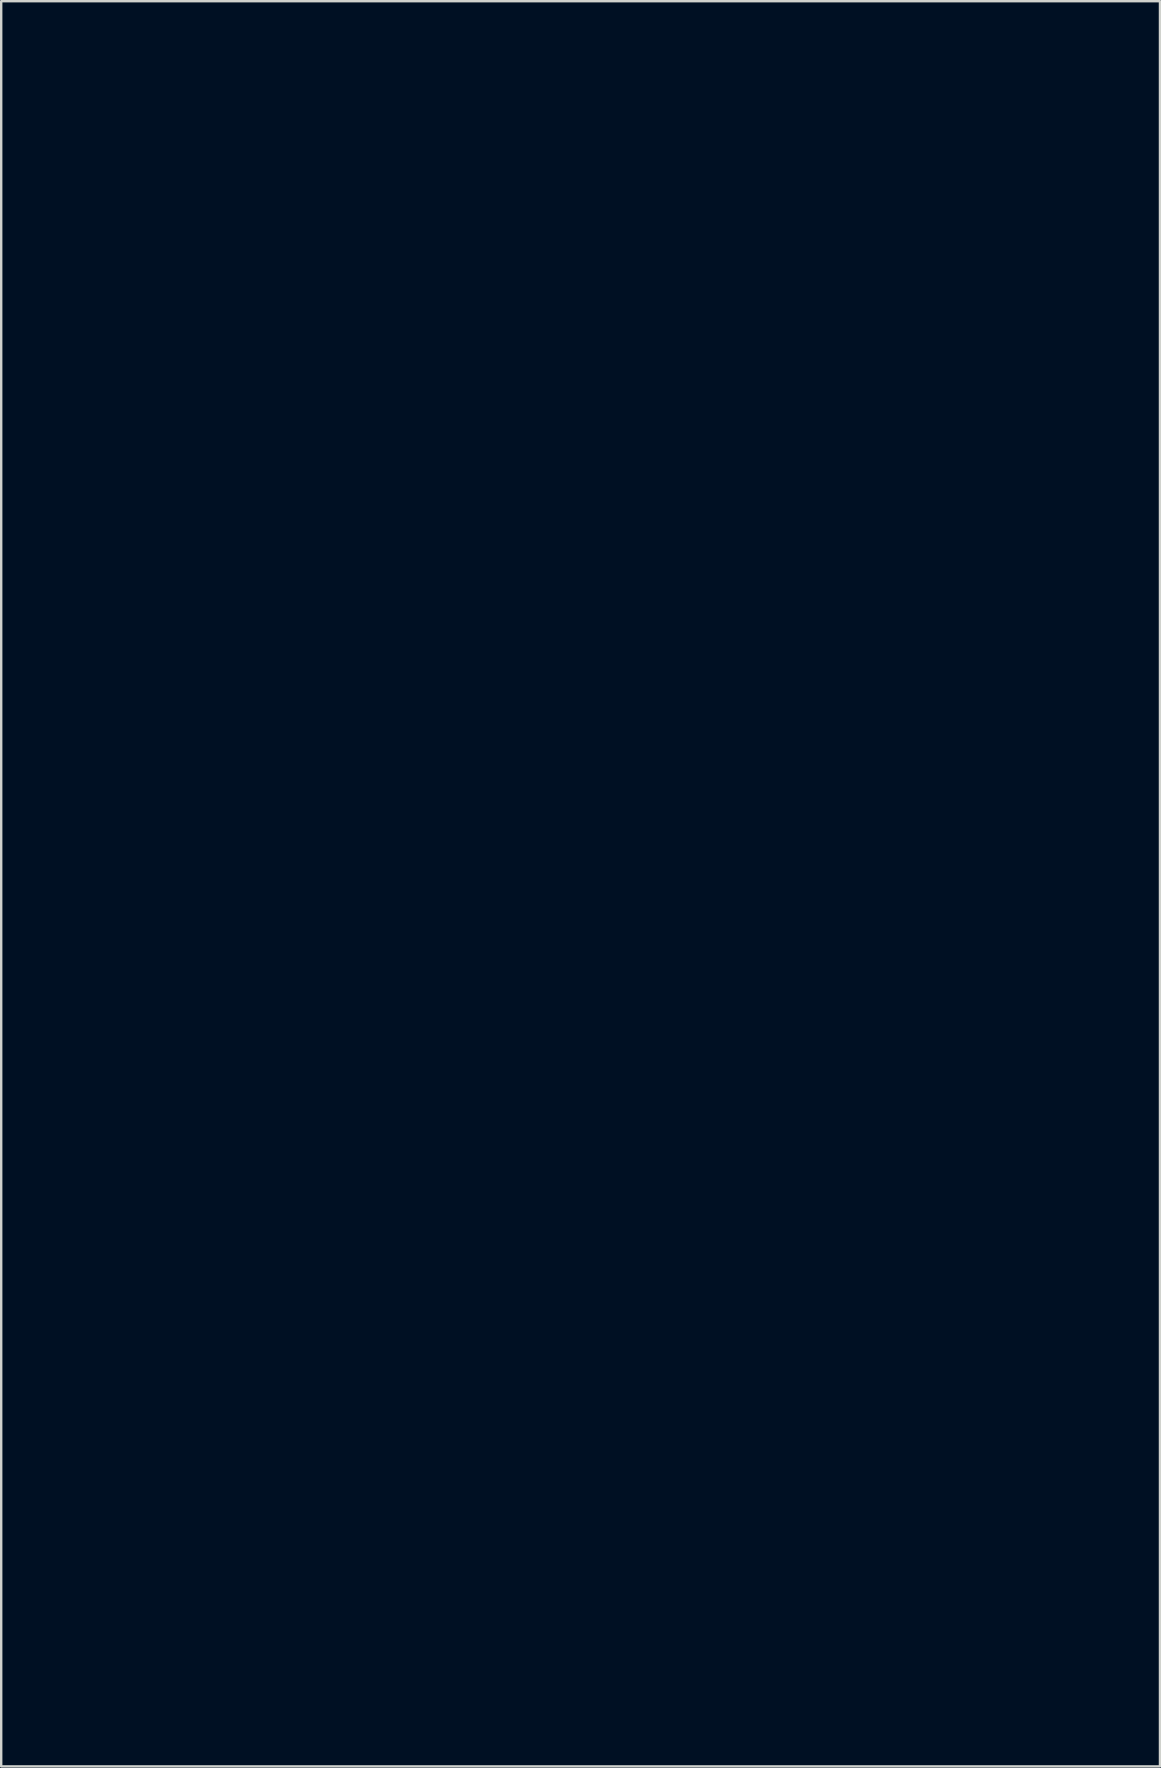
<source format=kicad_pcb>
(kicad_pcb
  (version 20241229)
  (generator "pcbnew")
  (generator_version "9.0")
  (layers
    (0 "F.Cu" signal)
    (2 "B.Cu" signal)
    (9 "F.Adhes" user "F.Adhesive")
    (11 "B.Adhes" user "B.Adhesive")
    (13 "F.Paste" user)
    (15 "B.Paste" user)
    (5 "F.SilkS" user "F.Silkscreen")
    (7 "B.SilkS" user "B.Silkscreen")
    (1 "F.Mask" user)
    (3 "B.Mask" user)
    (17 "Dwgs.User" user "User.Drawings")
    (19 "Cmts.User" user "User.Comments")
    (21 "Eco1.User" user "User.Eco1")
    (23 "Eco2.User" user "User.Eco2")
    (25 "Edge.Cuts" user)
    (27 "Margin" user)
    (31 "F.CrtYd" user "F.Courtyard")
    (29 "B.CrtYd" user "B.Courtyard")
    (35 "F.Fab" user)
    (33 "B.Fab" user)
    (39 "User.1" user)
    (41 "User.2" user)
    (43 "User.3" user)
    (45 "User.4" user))
  (footprint "VoltageGlitcher_F.Mask"
    (layer "F.Cu")
    (at 21.137 33.776)
    (property "Reference" "VoltageGlitcher_F.Mask" (at 0 0 0) (layer "F.Mask") (effects (font (size 1.5 1.5) (thickness 0.3))))
    (attr board_only exclude_from_pos_files exclude_from_bom)
    (fp_poly (pts (xy -14.435 10.84) (xy -14.39 10.864) (xy -14.256 10.937) (xy -14.105 11.017) (xy -13.943 11.1) (xy -13.777 11.184) (xy -13.612 11.265) (xy -13.453 11.342) (xy -13.306 11.411) (xy -13.178 11.47) (xy -13.073 11.516) (xy -12.997 11.546) (xy -12.976 11.553) (xy -12.766 11.615) (xy -12.59 11.667) (xy -12.443 11.712) (xy -12.317 11.752) (xy -12.206 11.789) (xy -12.105 11.825) (xy -12.006 11.861) (xy -11.902 11.901) (xy -11.854 11.919) (xy -11.742 11.965) (xy -11.6 12.023) (xy -11.437 12.092) (xy -11.261 12.167) (xy -11.081 12.244) (xy -10.907 12.321) (xy -10.877 12.334) (xy -10.601 12.455) (xy -10.359 12.561) (xy -10.149 12.653) (xy -9.966 12.732) (xy -9.806 12.801) (xy -9.666 12.86) (xy -9.542 12.912) (xy -9.429 12.957) (xy -9.324 12.999) (xy -9.223 13.037) (xy -9.123 13.074) (xy -9.019 13.112) (xy -8.951 13.136) (xy -8.801 13.19) (xy -8.652 13.244) (xy -8.511 13.296) (xy -8.388 13.342) (xy -8.293 13.378) (xy -8.263 13.39) (xy -8.121 13.441) (xy -8.01 13.468) (xy -7.955 13.473) (xy -7.896 13.477) (xy -7.819 13.49) (xy -7.72 13.513) (xy -7.596 13.548) (xy -7.441 13.594) (xy -7.252 13.654) (xy -7.183 13.676) (xy -6.964 13.743) (xy -6.765 13.796) (xy -6.574 13.835) (xy -6.374 13.865) (xy -6.152 13.887) (xy -6.063 13.895) (xy -5.956 13.904) (xy -5.859 13.917) (xy -5.783 13.929) (xy -5.739 13.941) (xy -5.739 13.941) (xy -5.688 13.957) (xy -5.635 13.951) (xy -5.603 13.94) (xy -5.548 13.925) (xy -5.521 13.929) (xy -5.517 13.937) (xy -5.478 13.991) (xy -5.411 14.02) (xy -5.373 14.024) (xy -5.319 14.029) (xy -5.228 14.042) (xy -5.105 14.063) (xy -4.955 14.09) (xy -4.781 14.124) (xy -4.589 14.163) (xy -4.495 14.183) (xy -4.41 14.2) (xy -4.291 14.223) (xy -4.146 14.249) (xy -3.983 14.278) (xy -3.811 14.308) (xy -3.637 14.338) (xy -3.615 14.342) (xy -3.449 14.371) (xy -3.29 14.398) (xy -3.146 14.425) (xy -3.022 14.448) (xy -2.925 14.467) (xy -2.862 14.48) (xy -2.852 14.483) (xy -2.795 14.496) (xy -2.704 14.514) (xy -2.586 14.538) (xy -2.449 14.564) (xy -2.302 14.591) (xy -2.207 14.608) (xy -2.065 14.634) (xy -1.937 14.658) (xy -1.829 14.678) (xy -1.746 14.694) (xy -1.696 14.705) (xy -1.682 14.709) (xy -1.696 14.725) (xy -1.737 14.768) (xy -1.804 14.836) (xy -1.895 14.927) (xy -2.007 15.039) (xy -2.138 15.17) (xy -2.286 15.317) (xy -2.448 15.477) (xy -2.623 15.65) (xy -2.807 15.831) (xy -2.878 15.901) (xy -3.098 16.118) (xy -3.346 16.362) (xy -3.62 16.631) (xy -3.917 16.923) (xy -4.236 17.237) (xy -4.573 17.568) (xy -4.928 17.917) (xy -5.296 18.279) (xy -5.677 18.654) (xy -6.068 19.038) (xy -6.466 19.429) (xy -6.87 19.826) (xy -7.277 20.227) (xy -7.685 20.628) (xy -8.092 21.027) (xy -8.495 21.423) (xy -8.893 21.814) (xy -9.282 22.196) (xy -9.661 22.568) (xy -10.027 22.928) (xy -10.378 23.273) (xy -10.713 23.602) (xy -11.027 23.911) (xy -11.131 24.013) (xy -11.366 24.243) (xy -11.627 24.5) (xy -11.912 24.78) (xy -12.217 25.079) (xy -12.538 25.394) (xy -12.872 25.722) (xy -13.215 26.059) (xy -13.565 26.403) (xy -13.916 26.748) (xy -14.267 27.093) (xy -14.614 27.434) (xy -14.953 27.766) (xy -15.28 28.088) (xy -15.562 28.365) (xy -15.862 28.659) (xy -16.166 28.959) (xy -16.474 29.261) (xy -16.781 29.563) (xy -17.086 29.862) (xy -17.386 30.156) (xy -17.678 30.443) (xy -17.959 30.719) (xy -18.226 30.982) (xy -18.478 31.229) (xy -18.712 31.458) (xy -18.924 31.666) (xy -19.112 31.851) (xy -19.273 32.009) (xy -19.326 32.061) (xy -19.521 32.253) (xy -19.715 32.443) (xy -19.903 32.627) (xy -20.083 32.804) (xy -20.251 32.969) (xy -20.405 33.119) (xy -20.54 33.253) (xy -20.655 33.365) (xy -20.746 33.454) (xy -20.81 33.517) (xy -20.81 33.517) (xy -20.927 33.63) (xy -21.018 33.714) (xy -21.084 33.768) (xy -21.123 33.792) (xy -21.133 33.793) (xy -21.137 33.775) (xy -21.13 33.734) (xy -21.11 33.665) (xy -21.075 33.565) (xy -21.025 33.431) (xy -20.999 33.364) (xy -20.974 33.301) (xy -20.951 33.241) (xy -20.928 33.182) (xy -20.905 33.125) (xy -20.881 33.065) (xy -20.854 33.002) (xy -20.825 32.934) (xy -20.792 32.858) (xy -20.754 32.774) (xy -20.711 32.679) (xy -20.662 32.571) (xy -20.606 32.448) (xy -20.542 32.31) (xy -20.469 32.153) (xy -20.386 31.976) (xy -20.293 31.778) (xy -20.188 31.555) (xy -20.071 31.308) (xy -19.942 31.033) (xy -19.798 30.729) (xy -19.64 30.394) (xy -19.466 30.027) (xy -19.275 29.624) (xy -19.068 29.186) (xy -19.061 29.171) (xy -18.887 28.803) (xy -18.711 28.431) (xy -18.534 28.057) (xy -18.358 27.685) (xy -18.184 27.318) (xy -18.015 26.96) (xy -17.851 26.613) (xy -17.694 26.281) (xy -17.546 25.968) (xy -17.408 25.675) (xy -17.281 25.408) (xy -17.168 25.169) (xy -17.07 24.961) (xy -16.988 24.787) (xy -16.977 24.764) (xy -16.753 24.291) (xy -16.546 23.853) (xy -16.354 23.448) (xy -16.177 23.073) (xy -16.011 22.726) (xy -15.858 22.405) (xy -15.714 22.105) (xy -15.579 21.826) (xy -15.451 21.563) (xy -15.33 21.315) (xy -15.214 21.079) (xy -15.101 20.852) (xy -14.99 20.631) (xy -14.881 20.414) (xy -14.771 20.198) (xy -14.659 19.981) (xy -14.544 19.759) (xy -14.426 19.531) (xy -14.301 19.293) (xy -14.243 19.182) (xy -14.136 18.976) (xy -14.024 18.762) (xy -13.911 18.545) (xy -13.802 18.334) (xy -13.7 18.134) (xy -13.608 17.955) (xy -13.53 17.802) (xy -13.495 17.731) (xy -13.417 17.576) (xy -13.324 17.393) (xy -13.221 17.192) (xy -13.114 16.982) (xy -13.006 16.774) (xy -12.903 16.576) (xy -12.86 16.492) (xy -12.763 16.306) (xy -12.66 16.109) (xy -12.556 15.909) (xy -12.455 15.715) (xy -12.362 15.536) (xy -12.282 15.382) (xy -12.247 15.313) (xy -12.169 15.164) (xy -12.11 15.048) (xy -12.068 14.962) (xy -12.043 14.9) (xy -12.034 14.858) (xy -12.04 14.832) (xy -12.06 14.816) (xy -12.095 14.807) (xy -12.142 14.8) (xy -12.17 14.796) (xy -12.216 14.788) (xy -12.297 14.772) (xy -12.406 14.749) (xy -12.537 14.72) (xy -12.682 14.689) (xy -12.817 14.659) (xy -12.981 14.622) (xy -13.147 14.585) (xy -13.305 14.55) (xy -13.447 14.519) (xy -13.563 14.493) (xy -13.622 14.48) (xy -13.741 14.453) (xy -13.864 14.422) (xy -13.975 14.392) (xy -14.04 14.373) (xy -14.133 14.347) (xy -14.224 14.329) (xy -14.296 14.321) (xy -14.302 14.321) (xy -14.369 14.316) (xy -14.424 14.306) (xy -14.437 14.3) (xy -14.468 14.29) (xy -14.534 14.272) (xy -14.628 14.249) (xy -14.744 14.222) (xy -14.874 14.193) (xy -14.918 14.183) (xy -15.153 14.131) (xy -15.388 14.078) (xy -15.616 14.026) (xy -15.836 13.975) (xy -16.041 13.927) (xy -16.228 13.882) (xy -16.393 13.842) (xy -16.532 13.807) (xy -16.639 13.779) (xy -16.711 13.758) (xy -16.732 13.751) (xy -16.734 13.742) (xy -16.724 13.72) (xy -16.7 13.682) (xy -16.663 13.628) (xy -16.61 13.554) (xy -16.54 13.46) (xy -16.451 13.343) (xy -16.343 13.202) (xy -16.215 13.036) (xy -16.064 12.842) (xy -15.889 12.618) (xy -15.689 12.363) (xy -15.654 12.319) (xy -15.485 12.103) (xy -15.323 11.897) (xy -15.171 11.702) (xy -15.029 11.521) (xy -14.9 11.356) (xy -14.786 11.21) (xy -14.689 11.087) (xy -14.611 10.987) (xy -14.554 10.913) (xy -14.52 10.869) (xy -14.51 10.857) (xy -14.49 10.833) (xy -14.47 10.827)) (stroke (width 0) (type solid)) (fill yes) (layer "F.Mask"))
    (fp_poly (pts (xy 9.711 -33.77) (xy 9.917 -33.758) (xy 10.123 -33.735) (xy 10.313 -33.705) (xy 10.411 -33.685) (xy 10.511 -33.665) (xy 10.634 -33.645) (xy 10.762 -33.628) (xy 10.834 -33.62) (xy 10.911 -33.611) (xy 11.024 -33.596) (xy 11.165 -33.575) (xy 11.329 -33.551) (xy 11.509 -33.523) (xy 11.699 -33.493) (xy 11.891 -33.461) (xy 11.894 -33.461) (xy 12.088 -33.429) (xy 12.28 -33.398) (xy 12.463 -33.368) (xy 12.631 -33.342) (xy 12.777 -33.32) (xy 12.894 -33.302) (xy 12.976 -33.291) (xy 13.082 -33.277) (xy 13.219 -33.257) (xy 13.373 -33.234) (xy 13.533 -33.21) (xy 13.686 -33.186) (xy 13.85 -33.161) (xy 14.029 -33.134) (xy 14.208 -33.108) (xy 14.373 -33.085) (xy 14.492 -33.069) (xy 14.843 -33.023) (xy 15.186 -32.973) (xy 15.511 -32.921) (xy 15.807 -32.869) (xy 15.87 -32.857) (xy 15.999 -32.835) (xy 16.131 -32.814) (xy 16.252 -32.798) (xy 16.349 -32.787) (xy 16.368 -32.786) (xy 16.456 -32.777) (xy 16.572 -32.762) (xy 16.702 -32.741) (xy 16.834 -32.717) (xy 16.869 -32.71) (xy 17.015 -32.683) (xy 17.18 -32.656) (xy 17.343 -32.632) (xy 17.486 -32.613) (xy 17.495 -32.612) (xy 17.636 -32.595) (xy 17.8 -32.572) (xy 17.965 -32.546) (xy 18.112 -32.52) (xy 18.117 -32.519) (xy 18.249 -32.495) (xy 18.386 -32.475) (xy 18.514 -32.458) (xy 18.618 -32.448) (xy 18.637 -32.446) (xy 18.735 -32.437) (xy 18.86 -32.421) (xy 18.996 -32.4) (xy 19.128 -32.375) (xy 19.145 -32.372) (xy 19.279 -32.346) (xy 19.421 -32.322) (xy 19.555 -32.302) (xy 19.666 -32.288) (xy 19.675 -32.287) (xy 19.77 -32.277) (xy 19.895 -32.262) (xy 20.038 -32.243) (xy 20.188 -32.221) (xy 20.312 -32.203) (xy 20.457 -32.181) (xy 20.605 -32.16) (xy 20.743 -32.14) (xy 20.861 -32.124) (xy 20.937 -32.114) (xy 21.027 -32.102) (xy 21.099 -32.092) (xy 21.145 -32.084) (xy 21.156 -32.082) (xy 21.157 -32.076) (xy 21.151 -32.064) (xy 21.139 -32.043) (xy 21.119 -32.013) (xy 21.09 -31.972) (xy 21.051 -31.919) (xy 21.002 -31.853) (xy 20.941 -31.772) (xy 20.867 -31.676) (xy 20.779 -31.563) (xy 20.677 -31.431) (xy 20.559 -31.279) (xy 20.425 -31.107) (xy 20.272 -30.913) (xy 20.102 -30.696) (xy 19.911 -30.453) (xy 19.701 -30.185) (xy 19.468 -29.89) (xy 19.214 -29.567) (xy 18.935 -29.214) (xy 18.633 -28.83) (xy 18.341 -28.461) (xy 18.139 -28.204) (xy 17.93 -27.939) (xy 17.718 -27.67) (xy 17.506 -27.401) (xy 17.298 -27.137) (xy 17.097 -26.881) (xy 16.906 -26.637) (xy 16.728 -26.411) (xy 16.567 -26.206) (xy 16.427 -26.027) (xy 16.326 -25.898) (xy 16.16 -25.686) (xy 15.977 -25.452) (xy 15.781 -25.204) (xy 15.582 -24.95) (xy 15.384 -24.699) (xy 15.195 -24.46) (xy 15.021 -24.24) (xy 14.925 -24.118) (xy 14.765 -23.918) (xy 14.602 -23.711) (xy 14.432 -23.496) (xy 14.256 -23.272) (xy 14.07 -23.037) (xy 13.875 -22.789) (xy 13.667 -22.525) (xy 13.447 -22.245) (xy 13.213 -21.946) (xy 12.962 -21.626) (xy 12.694 -21.284) (xy 12.407 -20.918) (xy 12.1 -20.526) (xy 11.772 -20.106) (xy 11.42 -19.656) (xy 11.044 -19.175) (xy 11.025 -19.151) (xy 10.739 -18.785) (xy 10.477 -18.449) (xy 10.236 -18.141) (xy 10.014 -17.858) (xy 9.81 -17.597) (xy 9.62 -17.355) (xy 9.444 -17.129) (xy 9.277 -16.917) (xy 9.118 -16.715) (xy 8.966 -16.521) (xy 8.816 -16.331) (xy 8.669 -16.143) (xy 8.52 -15.955) (xy 8.368 -15.762) (xy 8.21 -15.563) (xy 8.045 -15.354) (xy 7.87 -15.133) (xy 7.683 -14.896) (xy 7.537 -14.713) (xy 7.359 -14.487) (xy 7.172 -14.25) (xy 6.98 -14.006) (xy 6.788 -13.762) (xy 6.6 -13.522) (xy 6.42 -13.293) (xy 6.253 -13.08) (xy 6.103 -12.887) (xy 5.974 -12.722) (xy 5.957 -12.7) (xy 5.811 -12.512) (xy 5.655 -12.311) (xy 5.495 -12.106) (xy 5.337 -11.903) (xy 5.185 -11.709) (xy 5.046 -11.531) (xy 4.924 -11.377) (xy 4.883 -11.325) (xy 4.775 -11.188) (xy 4.674 -11.057) (xy 4.584 -10.939) (xy 4.507 -10.837) (xy 4.447 -10.756) (xy 4.409 -10.701) (xy 4.396 -10.679) (xy 4.363 -10.568) (xy 4.362 -10.443) (xy 4.392 -10.316) (xy 4.408 -10.279) (xy 4.441 -10.217) (xy 4.472 -10.173) (xy 4.489 -10.159) (xy 4.518 -10.143) (xy 4.575 -10.109) (xy 4.649 -10.063) (xy 4.715 -10.021) (xy 4.84 -9.943) (xy 4.944 -9.889) (xy 5.038 -9.853) (xy 5.134 -9.832) (xy 5.243 -9.822) (xy 5.279 -9.82) (xy 5.409 -9.808) (xy 5.553 -9.784) (xy 5.661 -9.759) (xy 5.738 -9.741) (xy 5.849 -9.718) (xy 5.985 -9.692) (xy 6.138 -9.665) (xy 6.3 -9.638) (xy 6.424 -9.618) (xy 6.58 -9.593) (xy 6.727 -9.569) (xy 6.858 -9.546) (xy 6.967 -9.526) (xy 7.048 -9.51) (xy 7.089 -9.5) (xy 7.153 -9.485) (xy 7.245 -9.467) (xy 7.353 -9.449) (xy 7.439 -9.436) (xy 7.552 -9.419) (xy 7.69 -9.396) (xy 7.839 -9.368) (xy 7.984 -9.34) (xy 8.025 -9.331) (xy 8.123 -9.312) (xy 8.255 -9.288) (xy 8.416 -9.259) (xy 8.598 -9.227) (xy 8.795 -9.194) (xy 8.999 -9.16) (xy 9.204 -9.126) (xy 9.244 -9.12) (xy 9.518 -9.075) (xy 9.752 -9.036) (xy 9.946 -9.001) (xy 10.103 -8.97) (xy 10.223 -8.943) (xy 10.31 -8.919) (xy 10.363 -8.899) (xy 10.385 -8.882) (xy 10.385 -8.875) (xy 10.368 -8.854) (xy 10.324 -8.805) (xy 10.253 -8.729) (xy 10.159 -8.628) (xy 10.042 -8.505) (xy 9.905 -8.361) (xy 9.75 -8.198) (xy 9.577 -8.018) (xy 9.39 -7.822) (xy 9.189 -7.614) (xy 9.185 -7.61) (xy 8.709 -7.117) (xy 8.642 -7.159) (xy 8.573 -7.195) (xy 8.467 -7.241) (xy 8.33 -7.296) (xy 8.166 -7.357) (xy 7.981 -7.423) (xy 7.777 -7.492) (xy 7.561 -7.562) (xy 7.396 -7.614) (xy 7.198 -7.675) (xy 7.033 -7.727) (xy 6.892 -7.773) (xy 6.766 -7.815) (xy 6.648 -7.857) (xy 6.529 -7.902) (xy 6.401 -7.952) (xy 6.256 -8.011) (xy 6.084 -8.082) (xy 5.961 -8.133) (xy 5.782 -8.206) (xy 5.578 -8.287) (xy 5.364 -8.371) (xy 5.156 -8.451) (xy 4.967 -8.522) (xy 4.923 -8.538) (xy 4.664 -8.633) (xy 4.44 -8.716) (xy 4.246 -8.788) (xy 4.078 -8.853) (xy 3.929 -8.912) (xy 3.795 -8.966) (xy 3.672 -9.018) (xy 3.553 -9.071) (xy 3.435 -9.125) (xy 3.312 -9.183) (xy 3.286 -9.195) (xy 3.1 -9.283) (xy 2.944 -9.353) (xy 2.814 -9.406) (xy 2.702 -9.446) (xy 2.604 -9.473) (xy 2.513 -9.49) (xy 2.422 -9.498) (xy 2.343 -9.5) (xy 2.226 -9.496) (xy 2.124 -9.478) (xy 2.028 -9.443) (xy 1.927 -9.386) (xy 1.811 -9.304) (xy 1.76 -9.265) (xy 1.601 -9.135) (xy 1.47 -9.016) (xy 1.358 -8.896) (xy 1.254 -8.767) (xy 1.202 -8.696) (xy 1.141 -8.614) (xy 1.059 -8.509) (xy 0.963 -8.389) (xy 0.86 -8.264) (xy 0.758 -8.143) (xy 0.743 -8.127) (xy 0.653 -8.023) (xy 0.576 -7.933) (xy 0.508 -7.853) (xy 0.444 -7.778) (xy 0.383 -7.704) (xy 0.32 -7.627) (xy 0.251 -7.542) (xy 0.173 -7.445) (xy 0.082 -7.33) (xy -0.026 -7.194) (xy -0.154 -7.033) (xy -0.25 -6.911) (xy -0.377 -6.751) (xy -0.479 -6.622) (xy -0.561 -6.52) (xy -0.625 -6.443) (xy -0.673 -6.388) (xy -0.707 -6.351) (xy -0.732 -6.331) (xy -0.748 -6.323) (xy -0.76 -6.326) (xy -0.768 -6.336) (xy -0.77 -6.339) (xy -0.84 -6.454) (xy -0.905 -6.566) (xy -0.973 -6.687) (xy -1.049 -6.828) (xy -1.096 -6.915) (xy -1.184 -7.077) (xy -1.266 -7.22) (xy -1.346 -7.349) (xy -1.429 -7.472) (xy -1.519 -7.594) (xy -1.622 -7.721) (xy -1.741 -7.859) (xy -1.882 -8.016) (xy -2.037 -8.184) (xy -2.215 -8.381) (xy -2.376 -8.572) (xy -2.533 -8.77) (xy -2.695 -8.99) (xy -2.717 -9.021) (xy -2.767 -9.09) (xy -2.824 -9.162) (xy -2.887 -9.239) (xy -2.961 -9.325) (xy -3.048 -9.421) (xy -3.151 -9.532) (xy -3.271 -9.659) (xy -3.411 -9.805) (xy -3.574 -9.973) (xy -3.763 -10.165) (xy -3.952 -10.356) (xy -4.26 -10.661) (xy -4.556 -10.936) (xy -4.845 -11.189) (xy -5.138 -11.426) (xy -5.261 -11.521) (xy -5.466 -11.676) (xy -5.389 -11.812) (xy -5.36 -11.86) (xy -5.319 -11.925) (xy -5.265 -12.008) (xy -5.197 -12.111) (xy -5.113 -12.236) (xy -5.012 -12.384) (xy -4.894 -12.558) (xy -4.756 -12.758) (xy -4.598 -12.988) (xy -4.419 -13.247) (xy -4.217 -13.539) (xy -4.101 -13.706) (xy -3.971 -13.895) (xy -3.822 -14.111) (xy -3.659 -14.349) (xy -3.487 -14.601) (xy -3.31 -14.861) (xy -3.134 -15.12) (xy -2.963 -15.373) (xy -2.801 -15.611) (xy -2.736 -15.708) (xy -2.579 -15.941) (xy -2.409 -16.192) (xy -2.232 -16.454) (xy -2.051 -16.72) (xy -1.872 -16.983) (xy -1.7 -17.235) (xy -1.54 -17.47) (xy -1.397 -17.679) (xy -1.347 -17.752) (xy -1.196 -17.971) (xy -1.03 -18.214) (xy -0.854 -18.473) (xy -0.673 -18.737) (xy -0.496 -18.999) (xy -0.326 -19.248) (xy -0.172 -19.476) (xy -0.106 -19.574) (xy 0.029 -19.773) (xy 0.171 -19.982) (xy 0.315 -20.193) (xy 0.456 -20.4) (xy 0.592 -20.597) (xy 0.715 -20.776) (xy 0.824 -20.931) (xy 0.889 -21.025) (xy 1.009 -21.196) (xy 1.144 -21.391) (xy 1.286 -21.597) (xy 1.427 -21.804) (xy 1.56 -21.999) (xy 1.66 -22.148) (xy 1.753 -22.287) (xy 1.865 -22.453) (xy 1.993 -22.641) (xy 2.131 -22.844) (xy 2.274 -23.055) (xy 2.419 -23.268) (xy 2.561 -23.475) (xy 2.66 -23.621) (xy 2.803 -23.829) (xy 2.958 -24.056) (xy 3.12 -24.293) (xy 3.282 -24.531) (xy 3.439 -24.763) (xy 3.587 -24.981) (xy 3.719 -25.176) (xy 3.781 -25.268) (xy 3.909 -25.458) (xy 4.048 -25.664) (xy 4.192 -25.876) (xy 4.336 -26.086) (xy 4.472 -26.286) (xy 4.596 -26.467) (xy 4.69 -26.603) (xy 4.787 -26.743) (xy 4.903 -26.912) (xy 5.033 -27.102) (xy 5.173 -27.308) (xy 5.319 -27.523) (xy 5.466 -27.74) (xy 5.609 -27.952) (xy 5.724 -28.122) (xy 5.873 -28.343) (xy 6.04 -28.59) (xy 6.218 -28.853) (xy 6.402 -29.123) (xy 6.584 -29.391) (xy 6.759 -29.647) (xy 6.919 -29.882) (xy 6.991 -29.986) (xy 7.111 -30.162) (xy 7.251 -30.366) (xy 7.408 -30.595) (xy 7.577 -30.843) (xy 7.755 -31.104) (xy 7.939 -31.373) (xy 8.124 -31.645) (xy 8.307 -31.913) (xy 8.484 -32.173) (xy 8.602 -32.347) (xy 9.574 -33.776)) (stroke (width 0) (type solid)) (fill yes) (layer "F.Mask")))
  (gr_rect
    (start -3 -3)
    (end 45.294 70.568)
    (stroke (width 0.1) (type default))
    (fill no)
    (layer "Edge.Cuts")))
</source>
